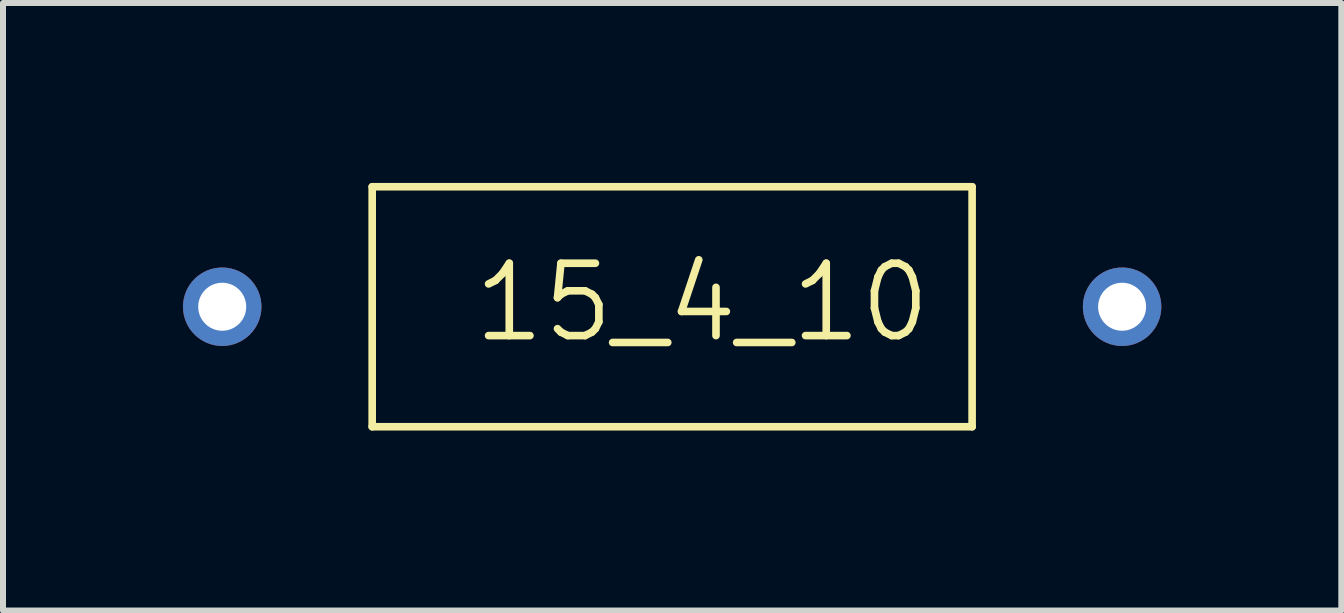
<source format=kicad_pcb>
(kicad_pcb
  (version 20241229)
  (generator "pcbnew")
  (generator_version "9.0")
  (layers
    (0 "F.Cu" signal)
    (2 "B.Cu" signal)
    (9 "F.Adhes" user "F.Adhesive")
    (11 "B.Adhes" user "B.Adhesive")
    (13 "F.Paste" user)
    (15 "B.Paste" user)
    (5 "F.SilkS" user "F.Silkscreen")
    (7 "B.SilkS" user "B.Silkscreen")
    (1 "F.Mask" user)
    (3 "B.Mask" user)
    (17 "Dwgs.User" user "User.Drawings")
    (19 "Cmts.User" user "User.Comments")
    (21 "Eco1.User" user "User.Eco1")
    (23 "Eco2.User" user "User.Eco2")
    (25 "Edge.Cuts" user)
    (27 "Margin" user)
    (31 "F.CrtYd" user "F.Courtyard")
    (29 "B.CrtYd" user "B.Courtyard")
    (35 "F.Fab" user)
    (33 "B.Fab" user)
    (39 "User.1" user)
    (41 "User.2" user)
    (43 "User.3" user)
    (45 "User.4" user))
  (footprint "15_4_10"
    (layer "F.Cu")
    (at 8.154 2.063)
    (property "Reference" "15_4_10" (at -3.373 0.635 0) (layer "F.SilkS") (effects (font (size 1.206 1.206) (thickness 0.127)) (justify left bottom)))
    (attr through_hole)
    (fp_line (start -5 -2) (end 5 -2) (stroke (width 0.127) (type solid)) (layer "F.SilkS"))
    (fp_line (start -5 2) (end -5 -2) (stroke (width 0.127) (type solid)) (layer "F.SilkS"))
    (fp_line (start 5 -2) (end 5 2) (stroke (width 0.127) (type solid)) (layer "F.SilkS"))
    (fp_line (start 5 2) (end -5 2) (stroke (width 0.127) (type solid)) (layer "F.SilkS"))
    (pad "1" thru_hole circle (at -7.5 0) (size 1.308 1.308) (drill 0.8) (layers "*.Cu" "*.Mask"))
    (pad "2" thru_hole circle (at 7.5 0) (size 1.308 1.308) (drill 0.8) (layers "*.Cu" "*.Mask")))
  (gr_rect
    (start -3 -3)
    (end 19.308 7.127)
    (stroke (width 0.1) (type default))
    (fill no)
    (layer "Edge.Cuts")))
</source>
